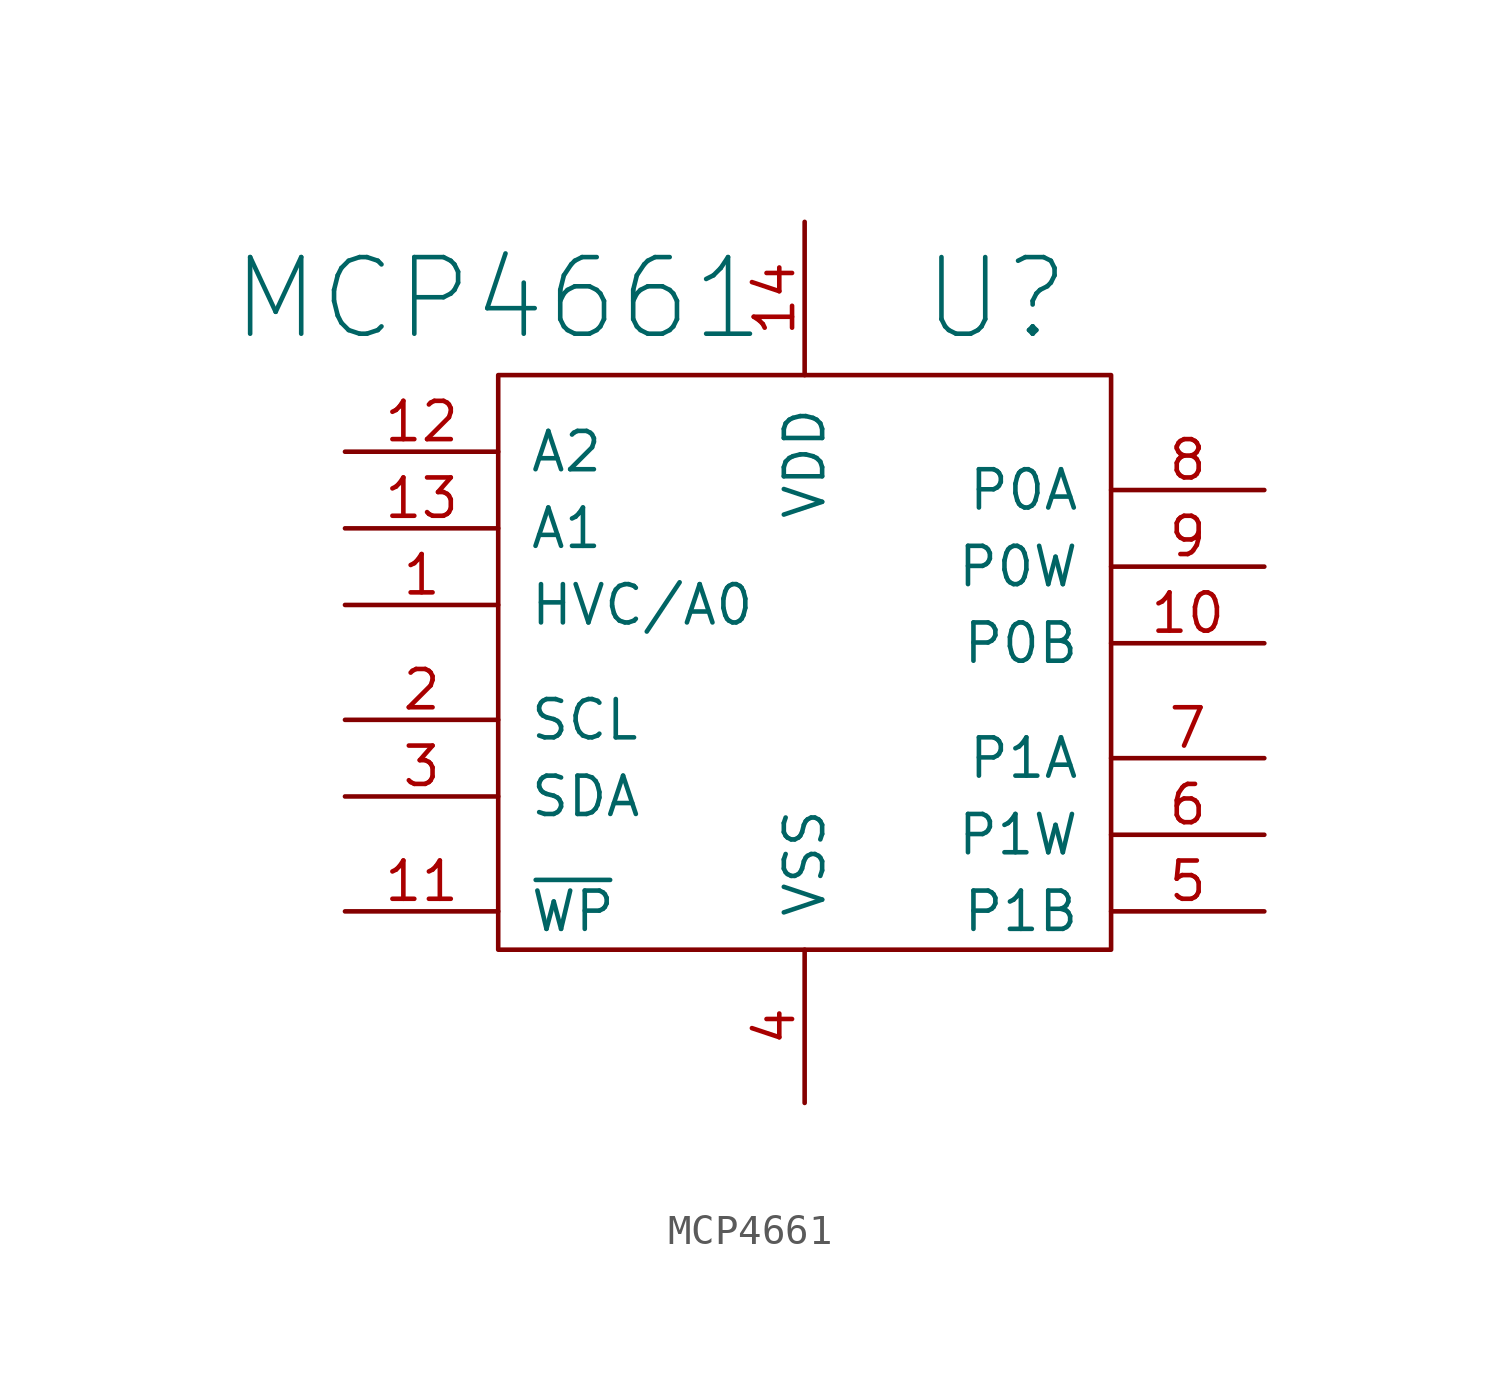
<source format=kicad_sym>
(kicad_symbol_lib
  (version 20231120)
  (generator "kicad_symbol_editor")
  (generator_version "8.0")
  (symbol "MCP4661"
    (pin_names
      (offset 1.016))
    (property "Reference" "U"
      (at 6.35 11.43 0)
      (effects (font (size 2.54 2.54))))
    (property "Value" "MCP4661"
      (at -10.16 11.43 0)
      (effects (font (size 2.54 2.54))))
    (symbol "MCP4661_0_1"
      (rectangle (start -10.16 8.89) (end 10.16 -10.16) (stroke (width 0) (type default)) (fill (type none))))
    (symbol "MCP4661_1_1"
      (pin input line (at -15.24 1.27 0) (length 5.08) (name "HVC/A0" (effects (font (size 1.27 1.27)))) (number "1" (effects (font (size 1.27 1.27)))))
      (pin bidirectional line (at 15.24 0 180) (length 5.08) (name "P0B" (effects (font (size 1.27 1.27)))) (number "10" (effects (font (size 1.27 1.27)))))
      (pin input line (at -15.24 -8.89 0) (length 5.08) (name "~{WP}" (effects (font (size 1.27 1.27)))) (number "11" (effects (font (size 1.27 1.27)))))
      (pin input line (at -15.24 6.35 0) (length 5.08) (name "A2" (effects (font (size 1.27 1.27)))) (number "12" (effects (font (size 1.27 1.27)))))
      (pin input line (at -15.24 3.81 0) (length 5.08) (name "A1" (effects (font (size 1.27 1.27)))) (number "13" (effects (font (size 1.27 1.27)))))
      (pin power_in line (at 0 13.97 270) (length 5.08) (name "VDD" (effects (font (size 1.27 1.27)))) (number "14" (effects (font (size 1.27 1.27)))))
      (pin input line (at -15.24 -2.54 0) (length 5.08) (name "SCL" (effects (font (size 1.27 1.27)))) (number "2" (effects (font (size 1.27 1.27)))))
      (pin input line (at -15.24 -5.08 0) (length 5.08) (name "SDA" (effects (font (size 1.27 1.27)))) (number "3" (effects (font (size 1.27 1.27)))))
      (pin power_in line (at 0 -15.24 90) (length 5.08) (name "VSS" (effects (font (size 1.27 1.27)))) (number "4" (effects (font (size 1.27 1.27)))))
      (pin bidirectional line (at 15.24 -8.89 180) (length 5.08) (name "P1B" (effects (font (size 1.27 1.27)))) (number "5" (effects (font (size 1.27 1.27)))))
      (pin bidirectional line (at 15.24 -6.35 180) (length 5.08) (name "P1W" (effects (font (size 1.27 1.27)))) (number "6" (effects (font (size 1.27 1.27)))))
      (pin bidirectional line (at 15.24 -3.81 180) (length 5.08) (name "P1A" (effects (font (size 1.27 1.27)))) (number "7" (effects (font (size 1.27 1.27)))))
      (pin bidirectional line (at 15.24 5.08 180) (length 5.08) (name "P0A" (effects (font (size 1.27 1.27)))) (number "8" (effects (font (size 1.27 1.27)))))
      (pin bidirectional line (at 15.24 2.54 180) (length 5.08) (name "P0W" (effects (font (size 1.27 1.27)))) (number "9" (effects (font (size 1.27 1.27))))))))
</source>
